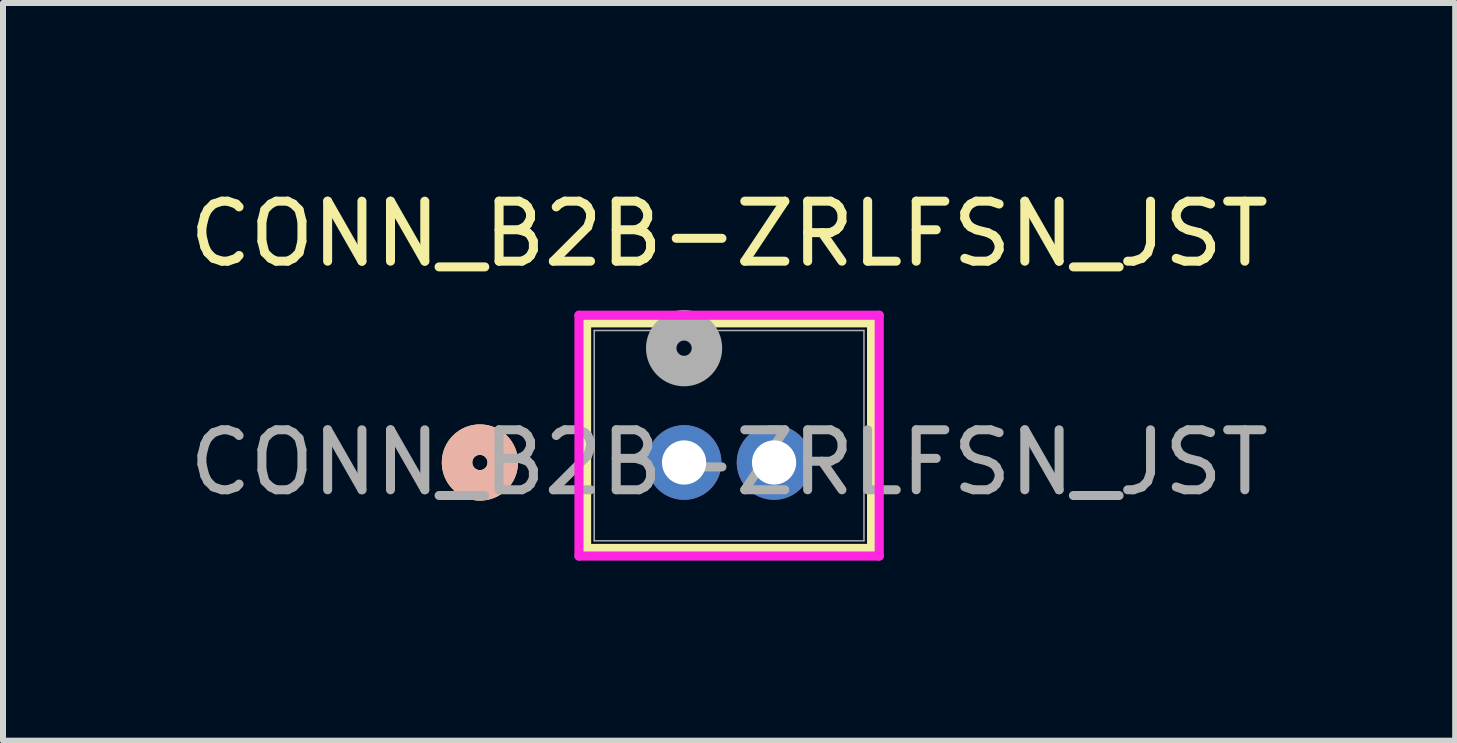
<source format=kicad_pcb>
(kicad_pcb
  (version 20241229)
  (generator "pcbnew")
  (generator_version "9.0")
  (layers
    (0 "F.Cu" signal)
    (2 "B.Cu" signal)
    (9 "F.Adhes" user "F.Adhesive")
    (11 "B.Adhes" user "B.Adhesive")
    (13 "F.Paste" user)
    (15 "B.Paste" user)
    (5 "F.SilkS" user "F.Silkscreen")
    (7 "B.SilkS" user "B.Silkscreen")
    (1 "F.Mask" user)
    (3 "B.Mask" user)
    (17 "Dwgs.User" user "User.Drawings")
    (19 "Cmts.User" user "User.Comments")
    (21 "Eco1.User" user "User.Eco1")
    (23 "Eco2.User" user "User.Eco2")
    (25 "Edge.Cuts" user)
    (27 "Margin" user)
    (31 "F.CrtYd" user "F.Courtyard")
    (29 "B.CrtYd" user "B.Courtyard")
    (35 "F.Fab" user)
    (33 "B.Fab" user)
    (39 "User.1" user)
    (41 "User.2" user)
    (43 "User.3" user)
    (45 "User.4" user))
  (footprint "CONN_B2B-ZRLFSN_JST"
    (layer "F.Cu")
    (at 9.05 4.658)
    (property "Reference" "CONN_B2B-ZRLFSN_JST" (at 0.051 -3.81 0) (unlocked yes) (layer "F.SilkS") (effects (font (size 1 1) (thickness 0.15))))
    (attr through_hole)
    (fp_line (start -2.324 -2.327) (end -2.324 1.432) (stroke (width 0.152) (type solid)) (layer "F.SilkS"))
    (fp_line (start -2.324 1.432) (end 2.426 1.432) (stroke (width 0.152) (type solid)) (layer "F.SilkS"))
    (fp_line (start 2.426 -2.327) (end -2.324 -2.327) (stroke (width 0.152) (type solid)) (layer "F.SilkS"))
    (fp_line (start 2.426 1.432) (end 2.426 -2.327) (stroke (width 0.152) (type solid)) (layer "F.SilkS"))
    (fp_circle (center -4.102 0) (end -3.721 0) (stroke (width 0.508) (type solid)) (fill no) (layer "F.SilkS"))
    (fp_circle (center -4.102 0) (end -3.721 0) (stroke (width 0.508) (type solid)) (fill no) (layer "B.SilkS"))
    (fp_line (start -2.451 -2.454) (end -2.451 1.559) (stroke (width 0.152) (type solid)) (layer "F.CrtYd"))
    (fp_line (start -2.451 1.559) (end 2.553 1.559) (stroke (width 0.152) (type solid)) (layer "F.CrtYd"))
    (fp_line (start 2.553 -2.454) (end -2.451 -2.454) (stroke (width 0.152) (type solid)) (layer "F.CrtYd"))
    (fp_line (start 2.553 1.559) (end 2.553 -2.454) (stroke (width 0.152) (type solid)) (layer "F.CrtYd"))
    (fp_line (start -2.197 -2.2) (end -2.197 1.305) (stroke (width 0.025) (type solid)) (layer "F.Fab"))
    (fp_line (start -2.197 1.305) (end 2.299 1.305) (stroke (width 0.025) (type solid)) (layer "F.Fab"))
    (fp_line (start 2.299 -2.2) (end -2.197 -2.2) (stroke (width 0.025) (type solid)) (layer "F.Fab"))
    (fp_line (start 2.299 1.305) (end 2.299 -2.2) (stroke (width 0.025) (type solid)) (layer "F.Fab"))
    (fp_circle (center -0.699 -1.905) (end -0.318 -1.905) (stroke (width 0.508) (type solid)) (fill no) (layer "F.Fab"))
    (fp_text user "${REFERENCE}" (at 0.051 0 0) (unlocked yes) (layer "F.Fab") (effects (font (size 1 1) (thickness 0.15))))
    (pad "1" thru_hole circle (at -0.699 0) (size 1.245 1.245) (drill 0.737) (layers "*.Cu" "*.Mask"))
    (pad "2" thru_hole circle (at 0.801 0) (size 1.245 1.245) (drill 0.737) (layers "*.Cu" "*.Mask")))
  (gr_rect
    (start -3 -3)
    (end 21.202 9.294)
    (stroke (width 0.1) (type default))
    (fill no)
    (layer "Edge.Cuts")))
</source>
